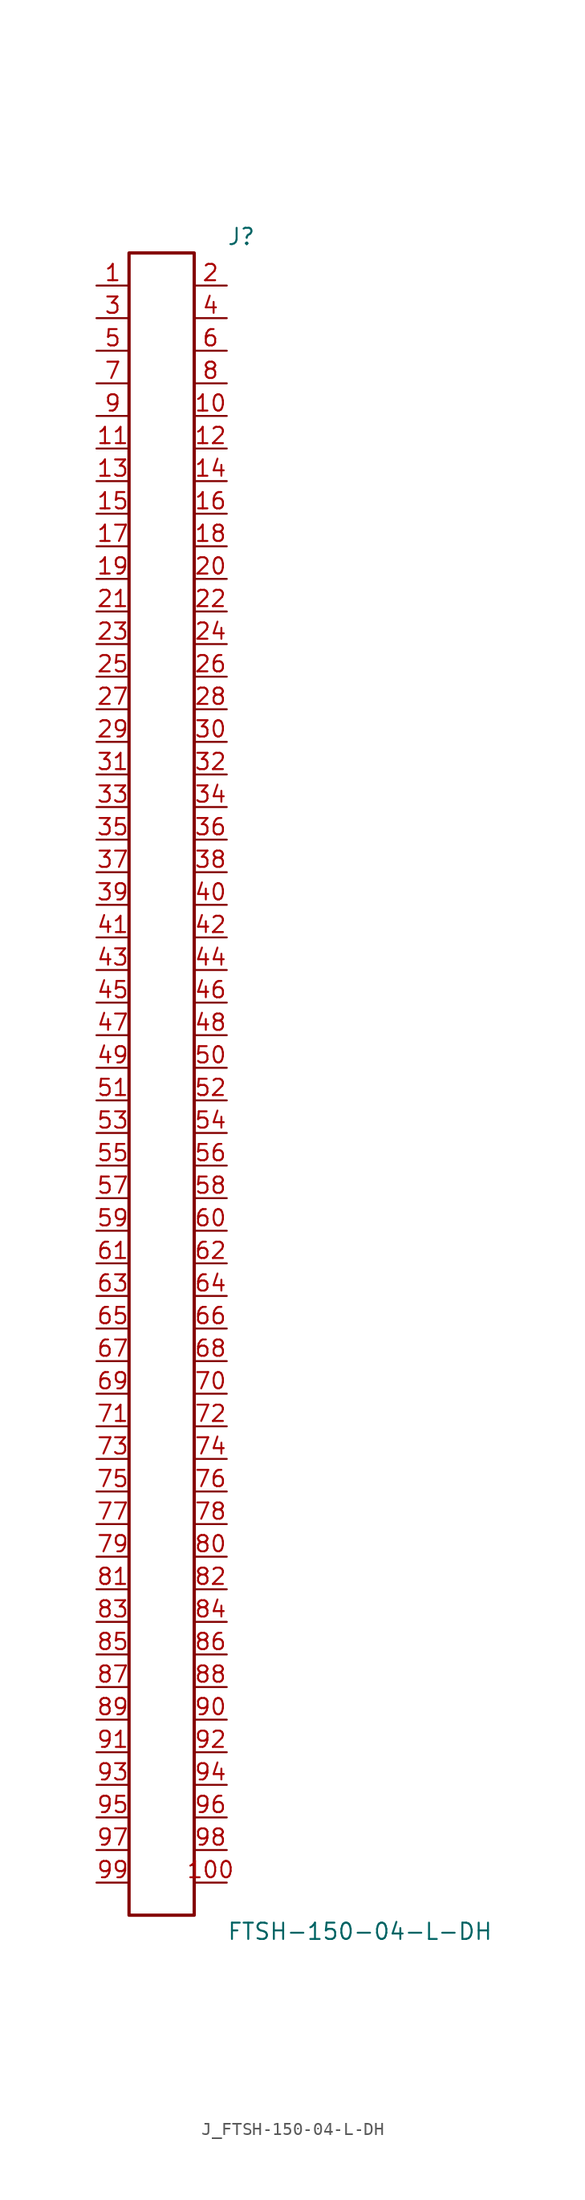
<source format=kicad_sym>
(kicad_symbol_lib
  (version 20231120)
  (generator kicad_symbol_editor)
  (generator_version 8.0)
  (symbol "J_FTSH-150-04-L-DH"
    (pin_names
      (offset 0.254))
    (property "Reference" "J"
      (at 5.08 66.04 0)
      (effects (font (size 1.27 1.27)) (justify left)))
    (property "Value" "FTSH-150-04-L-DH"
      (at 5.08 -66.04 0)
      (effects (font (size 1.27 1.27)) (justify left)))
    (symbol "J_FTSH-150-04-L-DH_0_0"
      (pin unspecified line (at -5.08 62.23 0) (length 2.54) (name "" (effects (font (size 1.27 1.27)))) (number "1" (effects (font (size 1.27 1.27)))))
      (pin unspecified line (at 5.08 62.23 180) (length 2.54) (name "" (effects (font (size 1.27 1.27)))) (number "2" (effects (font (size 1.27 1.27)))))
      (pin unspecified line (at -5.08 59.69 0) (length 2.54) (name "" (effects (font (size 1.27 1.27)))) (number "3" (effects (font (size 1.27 1.27)))))
      (pin unspecified line (at 5.08 59.69 180) (length 2.54) (name "" (effects (font (size 1.27 1.27)))) (number "4" (effects (font (size 1.27 1.27)))))
      (pin unspecified line (at -5.08 57.15 0) (length 2.54) (name "" (effects (font (size 1.27 1.27)))) (number "5" (effects (font (size 1.27 1.27)))))
      (pin unspecified line (at 5.08 57.15 180) (length 2.54) (name "" (effects (font (size 1.27 1.27)))) (number "6" (effects (font (size 1.27 1.27)))))
      (pin unspecified line (at -5.08 54.61 0) (length 2.54) (name "" (effects (font (size 1.27 1.27)))) (number "7" (effects (font (size 1.27 1.27)))))
      (pin unspecified line (at 5.08 54.61 180) (length 2.54) (name "" (effects (font (size 1.27 1.27)))) (number "8" (effects (font (size 1.27 1.27)))))
      (pin unspecified line (at -5.08 52.07 0) (length 2.54) (name "" (effects (font (size 1.27 1.27)))) (number "9" (effects (font (size 1.27 1.27)))))
      (pin unspecified line (at 5.08 52.07 180) (length 2.54) (name "" (effects (font (size 1.27 1.27)))) (number "10" (effects (font (size 1.27 1.27)))))
      (pin unspecified line (at -5.08 49.53 0) (length 2.54) (name "" (effects (font (size 1.27 1.27)))) (number "11" (effects (font (size 1.27 1.27)))))
      (pin unspecified line (at 5.08 49.53 180) (length 2.54) (name "" (effects (font (size 1.27 1.27)))) (number "12" (effects (font (size 1.27 1.27)))))
      (pin unspecified line (at -5.08 46.99 0) (length 2.54) (name "" (effects (font (size 1.27 1.27)))) (number "13" (effects (font (size 1.27 1.27)))))
      (pin unspecified line (at 5.08 46.99 180) (length 2.54) (name "" (effects (font (size 1.27 1.27)))) (number "14" (effects (font (size 1.27 1.27)))))
      (pin unspecified line (at -5.08 44.45 0) (length 2.54) (name "" (effects (font (size 1.27 1.27)))) (number "15" (effects (font (size 1.27 1.27)))))
      (pin unspecified line (at 5.08 44.45 180) (length 2.54) (name "" (effects (font (size 1.27 1.27)))) (number "16" (effects (font (size 1.27 1.27)))))
      (pin unspecified line (at -5.08 41.91 0) (length 2.54) (name "" (effects (font (size 1.27 1.27)))) (number "17" (effects (font (size 1.27 1.27)))))
      (pin unspecified line (at 5.08 41.91 180) (length 2.54) (name "" (effects (font (size 1.27 1.27)))) (number "18" (effects (font (size 1.27 1.27)))))
      (pin unspecified line (at -5.08 39.37 0) (length 2.54) (name "" (effects (font (size 1.27 1.27)))) (number "19" (effects (font (size 1.27 1.27)))))
      (pin unspecified line (at 5.08 39.37 180) (length 2.54) (name "" (effects (font (size 1.27 1.27)))) (number "20" (effects (font (size 1.27 1.27)))))
      (pin unspecified line (at -5.08 36.83 0) (length 2.54) (name "" (effects (font (size 1.27 1.27)))) (number "21" (effects (font (size 1.27 1.27)))))
      (pin unspecified line (at 5.08 36.83 180) (length 2.54) (name "" (effects (font (size 1.27 1.27)))) (number "22" (effects (font (size 1.27 1.27)))))
      (pin unspecified line (at -5.08 34.29 0) (length 2.54) (name "" (effects (font (size 1.27 1.27)))) (number "23" (effects (font (size 1.27 1.27)))))
      (pin unspecified line (at 5.08 34.29 180) (length 2.54) (name "" (effects (font (size 1.27 1.27)))) (number "24" (effects (font (size 1.27 1.27)))))
      (pin unspecified line (at -5.08 31.75 0) (length 2.54) (name "" (effects (font (size 1.27 1.27)))) (number "25" (effects (font (size 1.27 1.27)))))
      (pin unspecified line (at 5.08 31.75 180) (length 2.54) (name "" (effects (font (size 1.27 1.27)))) (number "26" (effects (font (size 1.27 1.27)))))
      (pin unspecified line (at -5.08 29.21 0) (length 2.54) (name "" (effects (font (size 1.27 1.27)))) (number "27" (effects (font (size 1.27 1.27)))))
      (pin unspecified line (at 5.08 29.21 180) (length 2.54) (name "" (effects (font (size 1.27 1.27)))) (number "28" (effects (font (size 1.27 1.27)))))
      (pin unspecified line (at -5.08 26.67 0) (length 2.54) (name "" (effects (font (size 1.27 1.27)))) (number "29" (effects (font (size 1.27 1.27)))))
      (pin unspecified line (at 5.08 26.67 180) (length 2.54) (name "" (effects (font (size 1.27 1.27)))) (number "30" (effects (font (size 1.27 1.27)))))
      (pin unspecified line (at -5.08 24.13 0) (length 2.54) (name "" (effects (font (size 1.27 1.27)))) (number "31" (effects (font (size 1.27 1.27)))))
      (pin unspecified line (at 5.08 24.13 180) (length 2.54) (name "" (effects (font (size 1.27 1.27)))) (number "32" (effects (font (size 1.27 1.27)))))
      (pin unspecified line (at -5.08 21.59 0) (length 2.54) (name "" (effects (font (size 1.27 1.27)))) (number "33" (effects (font (size 1.27 1.27)))))
      (pin unspecified line (at 5.08 21.59 180) (length 2.54) (name "" (effects (font (size 1.27 1.27)))) (number "34" (effects (font (size 1.27 1.27)))))
      (pin unspecified line (at -5.08 19.05 0) (length 2.54) (name "" (effects (font (size 1.27 1.27)))) (number "35" (effects (font (size 1.27 1.27)))))
      (pin unspecified line (at 5.08 19.05 180) (length 2.54) (name "" (effects (font (size 1.27 1.27)))) (number "36" (effects (font (size 1.27 1.27)))))
      (pin unspecified line (at -5.08 16.51 0) (length 2.54) (name "" (effects (font (size 1.27 1.27)))) (number "37" (effects (font (size 1.27 1.27)))))
      (pin unspecified line (at 5.08 16.51 180) (length 2.54) (name "" (effects (font (size 1.27 1.27)))) (number "38" (effects (font (size 1.27 1.27)))))
      (pin unspecified line (at -5.08 13.97 0) (length 2.54) (name "" (effects (font (size 1.27 1.27)))) (number "39" (effects (font (size 1.27 1.27)))))
      (pin unspecified line (at 5.08 13.97 180) (length 2.54) (name "" (effects (font (size 1.27 1.27)))) (number "40" (effects (font (size 1.27 1.27)))))
      (pin unspecified line (at -5.08 11.43 0) (length 2.54) (name "" (effects (font (size 1.27 1.27)))) (number "41" (effects (font (size 1.27 1.27)))))
      (pin unspecified line (at 5.08 11.43 180) (length 2.54) (name "" (effects (font (size 1.27 1.27)))) (number "42" (effects (font (size 1.27 1.27)))))
      (pin unspecified line (at -5.08 8.89 0) (length 2.54) (name "" (effects (font (size 1.27 1.27)))) (number "43" (effects (font (size 1.27 1.27)))))
      (pin unspecified line (at 5.08 8.89 180) (length 2.54) (name "" (effects (font (size 1.27 1.27)))) (number "44" (effects (font (size 1.27 1.27)))))
      (pin unspecified line (at -5.08 6.35 0) (length 2.54) (name "" (effects (font (size 1.27 1.27)))) (number "45" (effects (font (size 1.27 1.27)))))
      (pin unspecified line (at 5.08 6.35 180) (length 2.54) (name "" (effects (font (size 1.27 1.27)))) (number "46" (effects (font (size 1.27 1.27)))))
      (pin unspecified line (at -5.08 3.81 0) (length 2.54) (name "" (effects (font (size 1.27 1.27)))) (number "47" (effects (font (size 1.27 1.27)))))
      (pin unspecified line (at 5.08 3.81 180) (length 2.54) (name "" (effects (font (size 1.27 1.27)))) (number "48" (effects (font (size 1.27 1.27)))))
      (pin unspecified line (at -5.08 1.27 0) (length 2.54) (name "" (effects (font (size 1.27 1.27)))) (number "49" (effects (font (size 1.27 1.27)))))
      (pin unspecified line (at 5.08 1.27 180) (length 2.54) (name "" (effects (font (size 1.27 1.27)))) (number "50" (effects (font (size 1.27 1.27)))))
      (pin unspecified line (at -5.08 -1.27 0) (length 2.54) (name "" (effects (font (size 1.27 1.27)))) (number "51" (effects (font (size 1.27 1.27)))))
      (pin unspecified line (at 5.08 -1.27 180) (length 2.54) (name "" (effects (font (size 1.27 1.27)))) (number "52" (effects (font (size 1.27 1.27)))))
      (pin unspecified line (at -5.08 -3.81 0) (length 2.54) (name "" (effects (font (size 1.27 1.27)))) (number "53" (effects (font (size 1.27 1.27)))))
      (pin unspecified line (at 5.08 -3.81 180) (length 2.54) (name "" (effects (font (size 1.27 1.27)))) (number "54" (effects (font (size 1.27 1.27)))))
      (pin unspecified line (at -5.08 -6.35 0) (length 2.54) (name "" (effects (font (size 1.27 1.27)))) (number "55" (effects (font (size 1.27 1.27)))))
      (pin unspecified line (at 5.08 -6.35 180) (length 2.54) (name "" (effects (font (size 1.27 1.27)))) (number "56" (effects (font (size 1.27 1.27)))))
      (pin unspecified line (at -5.08 -8.89 0) (length 2.54) (name "" (effects (font (size 1.27 1.27)))) (number "57" (effects (font (size 1.27 1.27)))))
      (pin unspecified line (at 5.08 -8.89 180) (length 2.54) (name "" (effects (font (size 1.27 1.27)))) (number "58" (effects (font (size 1.27 1.27)))))
      (pin unspecified line (at -5.08 -11.43 0) (length 2.54) (name "" (effects (font (size 1.27 1.27)))) (number "59" (effects (font (size 1.27 1.27)))))
      (pin unspecified line (at 5.08 -11.43 180) (length 2.54) (name "" (effects (font (size 1.27 1.27)))) (number "60" (effects (font (size 1.27 1.27)))))
      (pin unspecified line (at -5.08 -13.97 0) (length 2.54) (name "" (effects (font (size 1.27 1.27)))) (number "61" (effects (font (size 1.27 1.27)))))
      (pin unspecified line (at 5.08 -13.97 180) (length 2.54) (name "" (effects (font (size 1.27 1.27)))) (number "62" (effects (font (size 1.27 1.27)))))
      (pin unspecified line (at -5.08 -16.51 0) (length 2.54) (name "" (effects (font (size 1.27 1.27)))) (number "63" (effects (font (size 1.27 1.27)))))
      (pin unspecified line (at 5.08 -16.51 180) (length 2.54) (name "" (effects (font (size 1.27 1.27)))) (number "64" (effects (font (size 1.27 1.27)))))
      (pin unspecified line (at -5.08 -19.05 0) (length 2.54) (name "" (effects (font (size 1.27 1.27)))) (number "65" (effects (font (size 1.27 1.27)))))
      (pin unspecified line (at 5.08 -19.05 180) (length 2.54) (name "" (effects (font (size 1.27 1.27)))) (number "66" (effects (font (size 1.27 1.27)))))
      (pin unspecified line (at -5.08 -21.59 0) (length 2.54) (name "" (effects (font (size 1.27 1.27)))) (number "67" (effects (font (size 1.27 1.27)))))
      (pin unspecified line (at 5.08 -21.59 180) (length 2.54) (name "" (effects (font (size 1.27 1.27)))) (number "68" (effects (font (size 1.27 1.27)))))
      (pin unspecified line (at -5.08 -24.13 0) (length 2.54) (name "" (effects (font (size 1.27 1.27)))) (number "69" (effects (font (size 1.27 1.27)))))
      (pin unspecified line (at 5.08 -24.13 180) (length 2.54) (name "" (effects (font (size 1.27 1.27)))) (number "70" (effects (font (size 1.27 1.27)))))
      (pin unspecified line (at -5.08 -26.67 0) (length 2.54) (name "" (effects (font (size 1.27 1.27)))) (number "71" (effects (font (size 1.27 1.27)))))
      (pin unspecified line (at 5.08 -26.67 180) (length 2.54) (name "" (effects (font (size 1.27 1.27)))) (number "72" (effects (font (size 1.27 1.27)))))
      (pin unspecified line (at -5.08 -29.21 0) (length 2.54) (name "" (effects (font (size 1.27 1.27)))) (number "73" (effects (font (size 1.27 1.27)))))
      (pin unspecified line (at 5.08 -29.21 180) (length 2.54) (name "" (effects (font (size 1.27 1.27)))) (number "74" (effects (font (size 1.27 1.27)))))
      (pin unspecified line (at -5.08 -31.75 0) (length 2.54) (name "" (effects (font (size 1.27 1.27)))) (number "75" (effects (font (size 1.27 1.27)))))
      (pin unspecified line (at 5.08 -31.75 180) (length 2.54) (name "" (effects (font (size 1.27 1.27)))) (number "76" (effects (font (size 1.27 1.27)))))
      (pin unspecified line (at -5.08 -34.29 0) (length 2.54) (name "" (effects (font (size 1.27 1.27)))) (number "77" (effects (font (size 1.27 1.27)))))
      (pin unspecified line (at 5.08 -34.29 180) (length 2.54) (name "" (effects (font (size 1.27 1.27)))) (number "78" (effects (font (size 1.27 1.27)))))
      (pin unspecified line (at -5.08 -36.83 0) (length 2.54) (name "" (effects (font (size 1.27 1.27)))) (number "79" (effects (font (size 1.27 1.27)))))
      (pin unspecified line (at 5.08 -36.83 180) (length 2.54) (name "" (effects (font (size 1.27 1.27)))) (number "80" (effects (font (size 1.27 1.27)))))
      (pin unspecified line (at -5.08 -39.37 0) (length 2.54) (name "" (effects (font (size 1.27 1.27)))) (number "81" (effects (font (size 1.27 1.27)))))
      (pin unspecified line (at 5.08 -39.37 180) (length 2.54) (name "" (effects (font (size 1.27 1.27)))) (number "82" (effects (font (size 1.27 1.27)))))
      (pin unspecified line (at -5.08 -41.91 0) (length 2.54) (name "" (effects (font (size 1.27 1.27)))) (number "83" (effects (font (size 1.27 1.27)))))
      (pin unspecified line (at 5.08 -41.91 180) (length 2.54) (name "" (effects (font (size 1.27 1.27)))) (number "84" (effects (font (size 1.27 1.27)))))
      (pin unspecified line (at -5.08 -44.45 0) (length 2.54) (name "" (effects (font (size 1.27 1.27)))) (number "85" (effects (font (size 1.27 1.27)))))
      (pin unspecified line (at 5.08 -44.45 180) (length 2.54) (name "" (effects (font (size 1.27 1.27)))) (number "86" (effects (font (size 1.27 1.27)))))
      (pin unspecified line (at -5.08 -46.99 0) (length 2.54) (name "" (effects (font (size 1.27 1.27)))) (number "87" (effects (font (size 1.27 1.27)))))
      (pin unspecified line (at 5.08 -46.99 180) (length 2.54) (name "" (effects (font (size 1.27 1.27)))) (number "88" (effects (font (size 1.27 1.27)))))
      (pin unspecified line (at -5.08 -49.53 0) (length 2.54) (name "" (effects (font (size 1.27 1.27)))) (number "89" (effects (font (size 1.27 1.27)))))
      (pin unspecified line (at 5.08 -49.53 180) (length 2.54) (name "" (effects (font (size 1.27 1.27)))) (number "90" (effects (font (size 1.27 1.27)))))
      (pin unspecified line (at -5.08 -52.07 0) (length 2.54) (name "" (effects (font (size 1.27 1.27)))) (number "91" (effects (font (size 1.27 1.27)))))
      (pin unspecified line (at 5.08 -52.07 180) (length 2.54) (name "" (effects (font (size 1.27 1.27)))) (number "92" (effects (font (size 1.27 1.27)))))
      (pin unspecified line (at -5.08 -54.61 0) (length 2.54) (name "" (effects (font (size 1.27 1.27)))) (number "93" (effects (font (size 1.27 1.27)))))
      (pin unspecified line (at 5.08 -54.61 180) (length 2.54) (name "" (effects (font (size 1.27 1.27)))) (number "94" (effects (font (size 1.27 1.27)))))
      (pin unspecified line (at -5.08 -57.15 0) (length 2.54) (name "" (effects (font (size 1.27 1.27)))) (number "95" (effects (font (size 1.27 1.27)))))
      (pin unspecified line (at 5.08 -57.15 180) (length 2.54) (name "" (effects (font (size 1.27 1.27)))) (number "96" (effects (font (size 1.27 1.27)))))
      (pin unspecified line (at -5.08 -59.69 0) (length 2.54) (name "" (effects (font (size 1.27 1.27)))) (number "97" (effects (font (size 1.27 1.27)))))
      (pin unspecified line (at 5.08 -59.69 180) (length 2.54) (name "" (effects (font (size 1.27 1.27)))) (number "98" (effects (font (size 1.27 1.27)))))
      (pin unspecified line (at -5.08 -62.23 0) (length 2.54) (name "" (effects (font (size 1.27 1.27)))) (number "99" (effects (font (size 1.27 1.27)))))
      (pin unspecified line (at 5.08 -62.23 180) (length 2.54) (name "" (effects (font (size 1.27 1.27)))) (number "100" (effects (font (size 1.27 1.27))))))
    (symbol "J_FTSH-150-04-L-DH_1_0"
      (rectangle (start -2.54 64.77) (end 2.54 -64.77) (stroke (width 0.254) (type solid)) (fill (type none))))))
</source>
